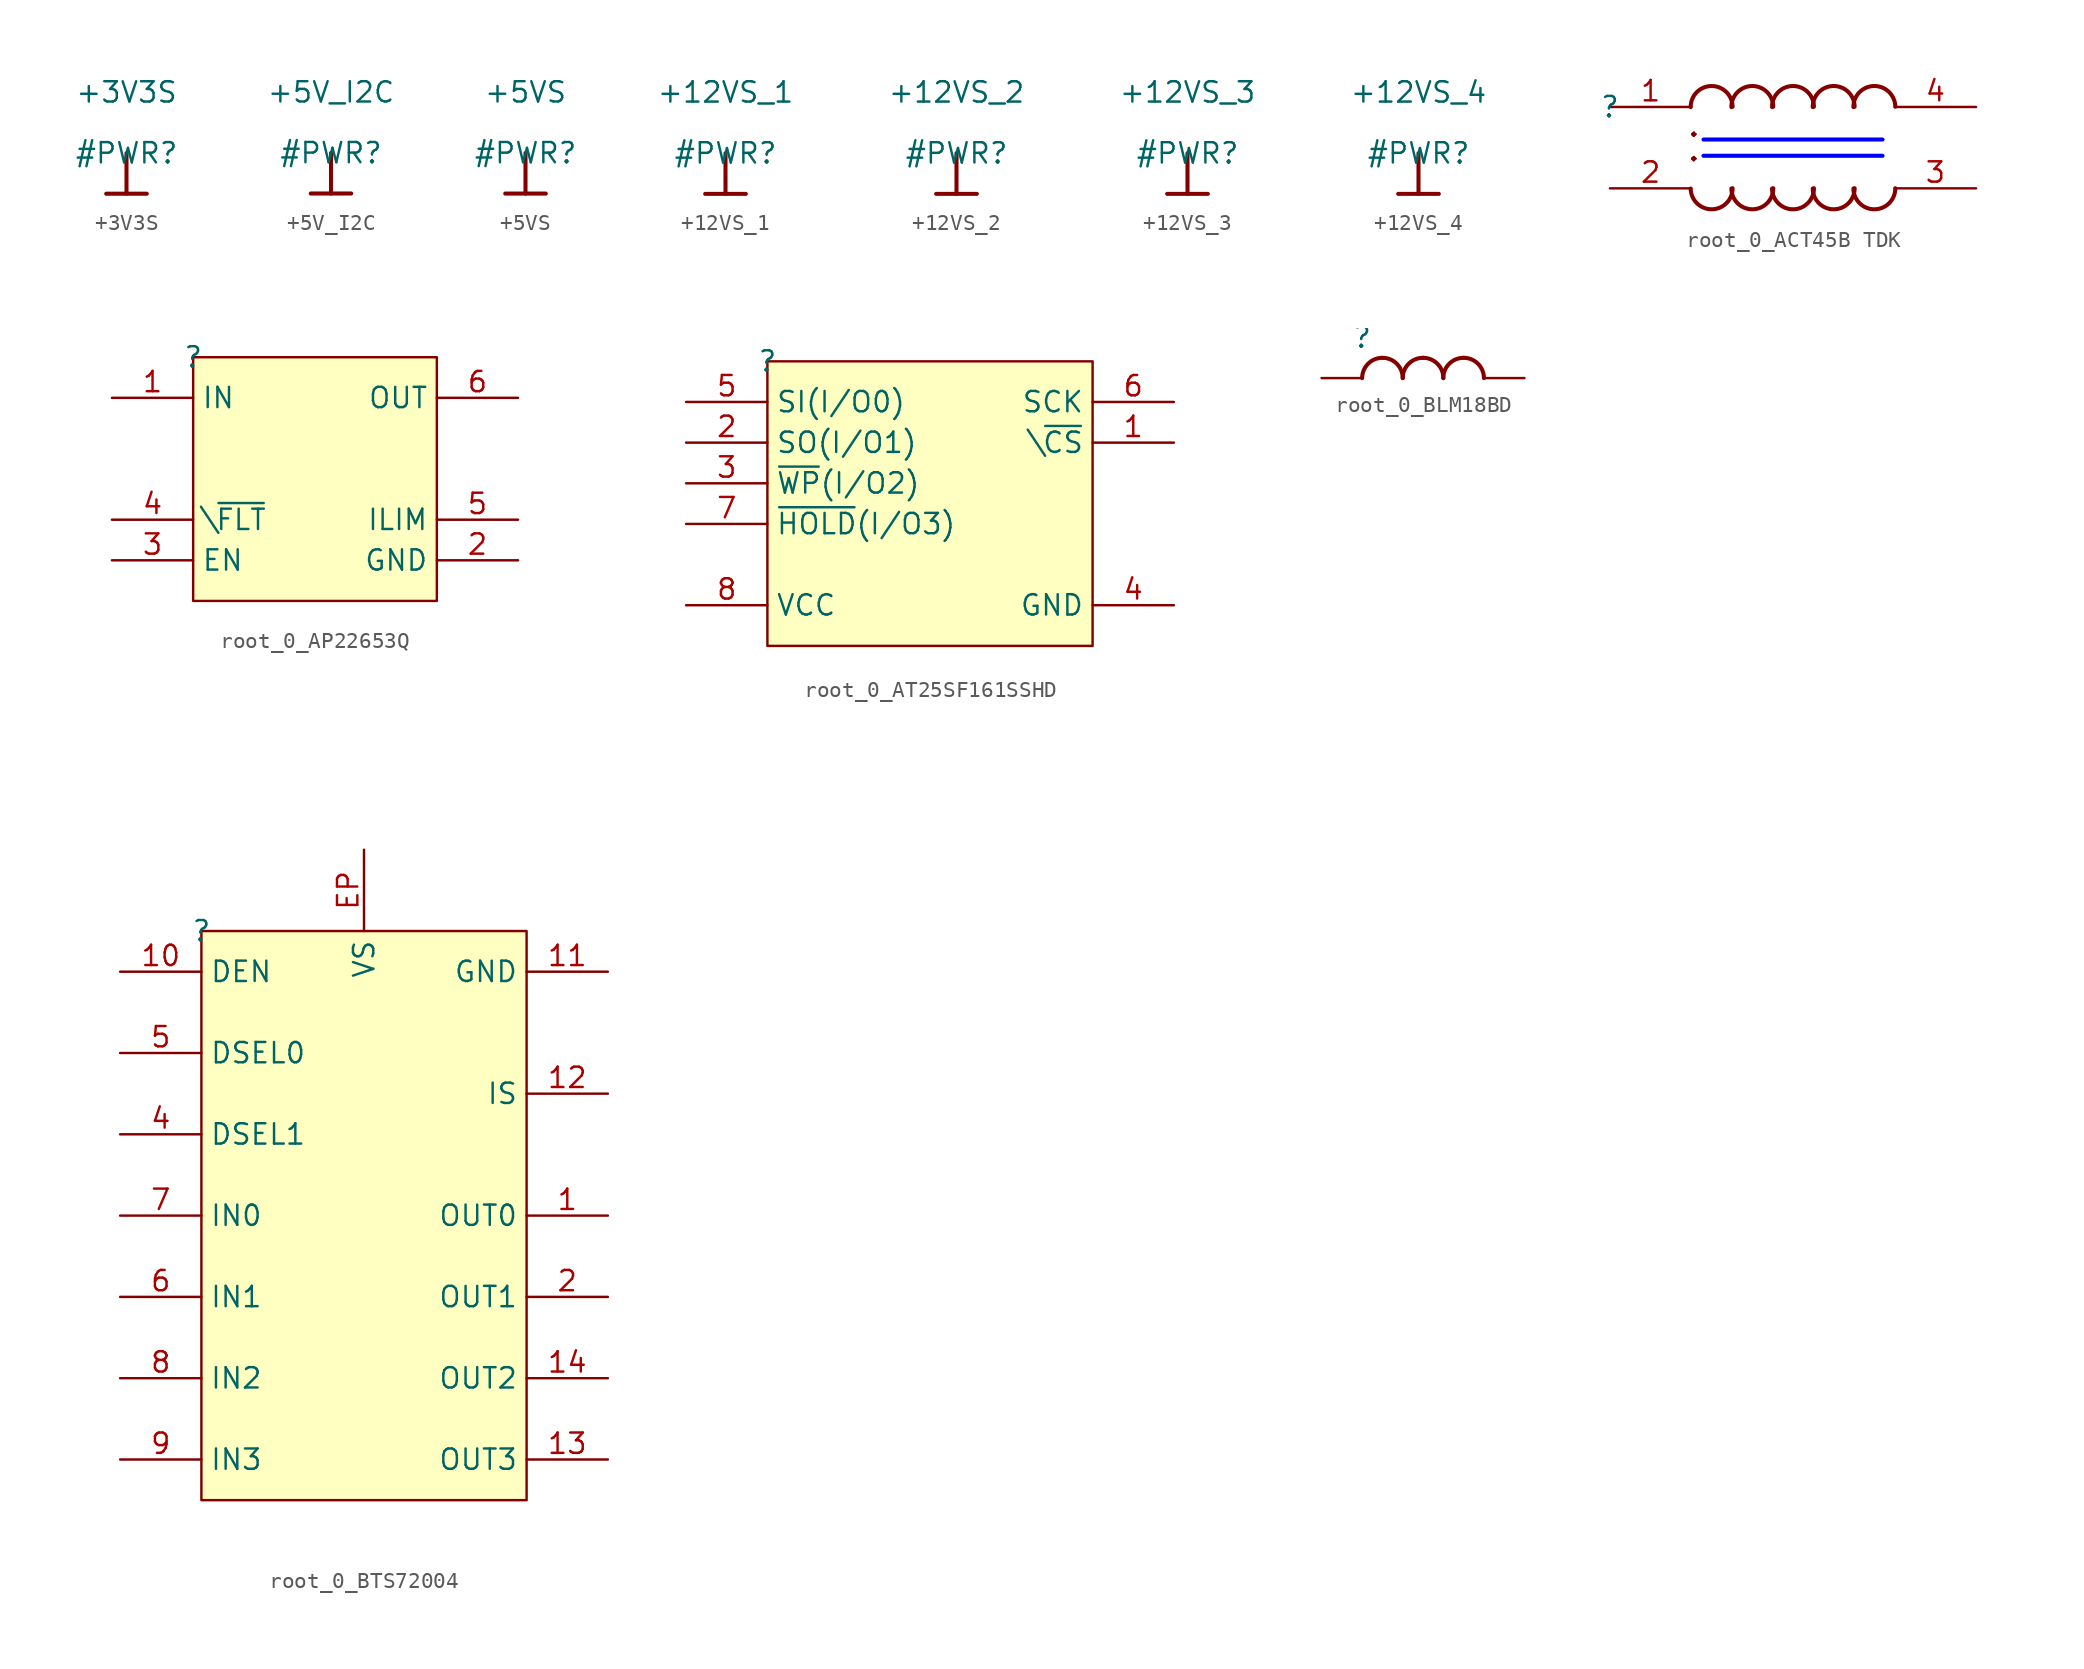
<source format=kicad_sym>
(kicad_symbol_lib
  (version 20220914)
  (generator kicad_symbol_editor)
  (symbol "+3V3S"
    (power)
    (property "Reference" "#PWR"
      (at 0 0 0)
      (effects (font (size 1.27 1.27))))
    (property "Value" "+3V3S"
      (at 0 3.81 0)
      (effects (font (size 1.27 1.27))))
    (symbol "+3V3S_0_0"
      (polyline (pts (xy -1.27 -2.54) (xy 1.27 -2.54)) (stroke (width 0.254) (type solid)) (fill (type none)))
      (polyline (pts (xy 0 0) (xy 0 -2.54)) (stroke (width 0.254) (type solid)) (fill (type none)))
      (pin power_in line (at 0 0 0) (length 0) hide (name "+3V3S" (effects (font (size 1.27 1.27)))) (number "" (effects (font (size 1.27 1.27)))))))
  (symbol "+5V_I2C"
    (power)
    (property "Reference" "#PWR"
      (at 0 0 0)
      (effects (font (size 1.27 1.27))))
    (property "Value" "+5V_I2C"
      (at 0 3.81 0)
      (effects (font (size 1.27 1.27))))
    (symbol "+5V_I2C_0_0"
      (polyline (pts (xy -1.27 -2.54) (xy 1.27 -2.54)) (stroke (width 0.254) (type solid)) (fill (type none)))
      (polyline (pts (xy 0 0) (xy 0 -2.54)) (stroke (width 0.254) (type solid)) (fill (type none)))
      (pin power_in line (at 0 0 0) (length 0) hide (name "+5V_I2C" (effects (font (size 1.27 1.27)))) (number "" (effects (font (size 1.27 1.27)))))))
  (symbol "+5VS"
    (power)
    (property "Reference" "#PWR"
      (at 0 0 0)
      (effects (font (size 1.27 1.27))))
    (property "Value" "+5VS"
      (at 0 3.81 0)
      (effects (font (size 1.27 1.27))))
    (symbol "+5VS_0_0"
      (polyline (pts (xy -1.27 -2.54) (xy 1.27 -2.54)) (stroke (width 0.254) (type solid)) (fill (type none)))
      (polyline (pts (xy 0 0) (xy 0 -2.54)) (stroke (width 0.254) (type solid)) (fill (type none)))
      (pin power_in line (at 0 0 0) (length 0) hide (name "+5VS" (effects (font (size 1.27 1.27)))) (number "" (effects (font (size 1.27 1.27)))))))
  (symbol "+12VS_1"
    (power)
    (property "Reference" "#PWR"
      (at 0 0 0)
      (effects (font (size 1.27 1.27))))
    (property "Value" "+12VS_1"
      (at 0 3.81 0)
      (effects (font (size 1.27 1.27))))
    (symbol "+12VS_1_0_0"
      (polyline (pts (xy -1.27 -2.54) (xy 1.27 -2.54)) (stroke (width 0.254) (type solid)) (fill (type none)))
      (polyline (pts (xy 0 0) (xy 0 -2.54)) (stroke (width 0.254) (type solid)) (fill (type none)))
      (pin power_in line (at 0 0 0) (length 0) hide (name "+12VS_1" (effects (font (size 1.27 1.27)))) (number "" (effects (font (size 1.27 1.27)))))))
  (symbol "+12VS_2"
    (power)
    (property "Reference" "#PWR"
      (at 0 0 0)
      (effects (font (size 1.27 1.27))))
    (property "Value" "+12VS_2"
      (at 0 3.81 0)
      (effects (font (size 1.27 1.27))))
    (symbol "+12VS_2_0_0"
      (polyline (pts (xy -1.27 -2.54) (xy 1.27 -2.54)) (stroke (width 0.254) (type solid)) (fill (type none)))
      (polyline (pts (xy 0 0) (xy 0 -2.54)) (stroke (width 0.254) (type solid)) (fill (type none)))
      (pin power_in line (at 0 0 0) (length 0) hide (name "+12VS_2" (effects (font (size 1.27 1.27)))) (number "" (effects (font (size 1.27 1.27)))))))
  (symbol "+12VS_3"
    (power)
    (property "Reference" "#PWR"
      (at 0 0 0)
      (effects (font (size 1.27 1.27))))
    (property "Value" "+12VS_3"
      (at 0 3.81 0)
      (effects (font (size 1.27 1.27))))
    (symbol "+12VS_3_0_0"
      (polyline (pts (xy -1.27 -2.54) (xy 1.27 -2.54)) (stroke (width 0.254) (type solid)) (fill (type none)))
      (polyline (pts (xy 0 0) (xy 0 -2.54)) (stroke (width 0.254) (type solid)) (fill (type none)))
      (pin power_in line (at 0 0 0) (length 0) hide (name "+12VS_3" (effects (font (size 1.27 1.27)))) (number "" (effects (font (size 1.27 1.27)))))))
  (symbol "+12VS_4"
    (power)
    (property "Reference" "#PWR"
      (at 0 0 0)
      (effects (font (size 1.27 1.27))))
    (property "Value" "+12VS_4"
      (at 0 3.81 0)
      (effects (font (size 1.27 1.27))))
    (symbol "+12VS_4_0_0"
      (polyline (pts (xy -1.27 -2.54) (xy 1.27 -2.54)) (stroke (width 0.254) (type solid)) (fill (type none)))
      (polyline (pts (xy 0 0) (xy 0 -2.54)) (stroke (width 0.254) (type solid)) (fill (type none)))
      (pin power_in line (at 0 0 0) (length 0) hide (name "+12VS_4" (effects (font (size 1.27 1.27)))) (number "" (effects (font (size 1.27 1.27)))))))
  (symbol "root_0_ACT45B TDK"
    (property "Reference" ""
      (at 0 0 0)
      (effects (font (size 1.27 1.27))))
    (property "Value" ""
      (at 0 0 0)
      (effects (font (size 1.27 1.27))))
    (symbol "root_0_ACT45B TDK_1_0"
      (polyline (pts (xy 5.842 -3.048) (xy 17.018 -3.048)) (stroke (width 0.254) (type solid) (color 0 0 255 1)) (fill (type none)))
      (polyline (pts (xy 5.842 -2.032) (xy 17.018 -2.032)) (stroke (width 0.254) (type solid) (color 0 0 255 1)) (fill (type none)))
      (arc (start 5.0421 -5.0955) (mid 6.3606 -6.3879) (end 7.658 -5.0743) (stroke (width 0.254) (type solid)) (fill (type none)))
      (arc (start 7.5821 -5.0955) (mid 8.9006 -6.3879) (end 10.198 -5.0743) (stroke (width 0.254) (type solid)) (fill (type none)))
      (arc (start 7.6579 0.0155) (mid 6.3394 1.3079) (end 5.042 -0.0057) (stroke (width 0.254) (type solid)) (fill (type none)))
      (arc (start 10.1221 -5.0955) (mid 11.4406 -6.3879) (end 12.738 -5.0743) (stroke (width 0.254) (type solid)) (fill (type none)))
      (arc (start 10.1979 0.0155) (mid 8.8794 1.3079) (end 7.582 -0.0057) (stroke (width 0.254) (type solid)) (fill (type none)))
      (arc (start 12.6621 -5.0955) (mid 13.9806 -6.3879) (end 15.278 -5.0743) (stroke (width 0.254) (type solid)) (fill (type none)))
      (arc (start 12.7379 0.0155) (mid 11.4194 1.3079) (end 10.122 -0.0057) (stroke (width 0.254) (type solid)) (fill (type none)))
      (arc (start 15.2021 -5.0955) (mid 16.5206 -6.3879) (end 17.818 -5.0743) (stroke (width 0.254) (type solid)) (fill (type none)))
      (arc (start 15.2779 0.0155) (mid 13.9594 1.3079) (end 12.662 -0.0057) (stroke (width 0.254) (type solid)) (fill (type none)))
      (arc (start 17.8179 0.0155) (mid 16.4994 1.3079) (end 15.202 -0.0057) (stroke (width 0.254) (type solid)) (fill (type none)))
      (text "." (at 5.588 -3.81 900) (effects (font (size 2.032 2.032)) (justify left bottom)))
      (text "." (at 5.588 -2.286 900) (effects (font (size 2.032 2.032)) (justify left bottom)))
      (pin passive line (at 0 0 0) (length 5.08) (name "1" (effects (font (size 0 0)))) (number "1" (effects (font (size 1.27 1.27)))))
      (pin passive line (at 0 -5.08 0) (length 5.08) (name "2" (effects (font (size 0 0)))) (number "2" (effects (font (size 1.27 1.27)))))
      (pin passive line (at 22.86 -5.08 180) (length 5.08) (name "3" (effects (font (size 0 0)))) (number "3" (effects (font (size 1.27 1.27)))))
      (pin passive line (at 22.86 0 180) (length 5.08) (name "4" (effects (font (size 0 0)))) (number "4" (effects (font (size 1.27 1.27)))))))
  (symbol "root_0_AP22653Q"
    (property "Reference" ""
      (at 0 0 0)
      (effects (font (size 1.27 1.27))))
    (property "Value" ""
      (at 0 0 0)
      (effects (font (size 1.27 1.27))))
    (symbol "root_0_AP22653Q_1_0"
      (rectangle (start 15.24 0) (end 0 -15.24) (stroke (width 0) (type solid)) (fill (type background)))
      (pin passive line (at -5.08 -2.54 0) (length 5.08) (name "IN" (effects (font (size 1.27 1.27)))) (number "1" (effects (font (size 1.27 1.27)))))
      (pin power_in line (at 20.32 -12.7 180) (length 5.08) (name "GND" (effects (font (size 1.27 1.27)))) (number "2" (effects (font (size 1.27 1.27)))))
      (pin passive line (at -5.08 -12.7 0) (length 5.08) (name "EN" (effects (font (size 1.27 1.27)))) (number "3" (effects (font (size 1.27 1.27)))))
      (pin passive line (at -5.08 -10.16 0) (length 5.08) (name "\\~{FLT}" (effects (font (size 1.27 1.27)))) (number "4" (effects (font (size 1.27 1.27)))))
      (pin passive line (at 20.32 -10.16 180) (length 5.08) (name "ILIM" (effects (font (size 1.27 1.27)))) (number "5" (effects (font (size 1.27 1.27)))))
      (pin passive line (at 20.32 -2.54 180) (length 5.08) (name "OUT" (effects (font (size 1.27 1.27)))) (number "6" (effects (font (size 1.27 1.27)))))))
  (symbol "root_0_AT25SF161SSHD"
    (property "Reference" ""
      (at 0 0 0)
      (effects (font (size 1.27 1.27))))
    (property "Value" ""
      (at 0 0 0)
      (effects (font (size 1.27 1.27))))
    (symbol "root_0_AT25SF161SSHD_1_0"
      (rectangle (start 20.32 0) (end 0 -17.78) (stroke (width 0) (type solid)) (fill (type background)))
      (pin input line (at 25.4 -5.08 180) (length 5.08) (name "\\~{CS}" (effects (font (size 1.27 1.27)))) (number "1" (effects (font (size 1.27 1.27)))))
      (pin output line (at -5.08 -5.08 0) (length 5.08) (name "SO(I/O1)" (effects (font (size 1.27 1.27)))) (number "2" (effects (font (size 1.27 1.27)))))
      (pin input line (at -5.08 -7.62 0) (length 5.08) (name "~{WP}(I/O2)" (effects (font (size 1.27 1.27)))) (number "3" (effects (font (size 1.27 1.27)))))
      (pin power_in line (at 25.4 -15.24 180) (length 5.08) (name "GND" (effects (font (size 1.27 1.27)))) (number "4" (effects (font (size 1.27 1.27)))))
      (pin input line (at -5.08 -2.54 0) (length 5.08) (name "SI(I/O0)" (effects (font (size 1.27 1.27)))) (number "5" (effects (font (size 1.27 1.27)))))
      (pin input line (at 25.4 -2.54 180) (length 5.08) (name "SCK" (effects (font (size 1.27 1.27)))) (number "6" (effects (font (size 1.27 1.27)))))
      (pin input line (at -5.08 -10.16 0) (length 5.08) (name "~{HOLD}(I/O3)" (effects (font (size 1.27 1.27)))) (number "7" (effects (font (size 1.27 1.27)))))
      (pin power_in line (at -5.08 -15.24 0) (length 5.08) (name "VCC" (effects (font (size 1.27 1.27)))) (number "8" (effects (font (size 1.27 1.27)))))))
  (symbol "root_0_BLM18BD"
    (property "Reference" ""
      (at 0 0 0)
      (effects (font (size 1.27 1.27))))
    (property "Value" ""
      (at 0 0 0)
      (effects (font (size 1.27 1.27))))
    (symbol "root_0_BLM18BD_1_0"
      (arc (start 1.27 -1.27) (mid 0.372 -1.642) (end 0 -2.54) (stroke (width 0.254) (type solid)) (fill (type none)))
      (arc (start 2.54 -2.54) (mid 2.168 -1.642) (end 1.27 -1.27) (stroke (width 0.254) (type solid)) (fill (type none)))
      (arc (start 3.81 -1.27) (mid 2.912 -1.642) (end 2.54 -2.54) (stroke (width 0.254) (type solid)) (fill (type none)))
      (arc (start 5.08 -2.54) (mid 4.708 -1.642) (end 3.81 -1.27) (stroke (width 0.254) (type solid)) (fill (type none)))
      (arc (start 6.35 -1.27) (mid 5.452 -1.642) (end 5.08 -2.54) (stroke (width 0.254) (type solid)) (fill (type none)))
      (arc (start 7.62 -2.54) (mid 7.248 -1.642) (end 6.35 -1.27) (stroke (width 0.254) (type solid)) (fill (type none)))
      (pin passive line (at -2.54 -2.54 0) (length 2.54) (name "1" (effects (font (size 0 0)))) (number "1" (effects (font (size 0 0)))))
      (pin passive line (at 10.16 -2.54 180) (length 2.54) (name "2" (effects (font (size 0 0)))) (number "2" (effects (font (size 0 0)))))))
  (symbol "root_0_BTS72004"
    (property "Reference" ""
      (at 0 0 0)
      (effects (font (size 1.27 1.27))))
    (property "Value" ""
      (at 0 0 0)
      (effects (font (size 1.27 1.27))))
    (symbol "root_0_BTS72004_1_0"
      (rectangle (start 20.32 0) (end 0 -35.56) (stroke (width 0) (type solid)) (fill (type background)))
      (pin passive line (at 25.4 -17.78 180) (length 5.08) (name "OUT0" (effects (font (size 1.27 1.27)))) (number "1" (effects (font (size 1.27 1.27)))))
      (pin passive line (at -5.08 -2.54 0) (length 5.08) (name "DEN" (effects (font (size 1.27 1.27)))) (number "10" (effects (font (size 1.27 1.27)))))
      (pin power_in line (at 25.4 -2.54 180) (length 5.08) (name "GND" (effects (font (size 1.27 1.27)))) (number "11" (effects (font (size 1.27 1.27)))))
      (pin passive line (at 25.4 -10.16 180) (length 5.08) (name "IS" (effects (font (size 1.27 1.27)))) (number "12" (effects (font (size 1.27 1.27)))))
      (pin passive line (at 25.4 -33.02 180) (length 5.08) (name "OUT3" (effects (font (size 1.27 1.27)))) (number "13" (effects (font (size 1.27 1.27)))))
      (pin passive line (at 25.4 -27.94 180) (length 5.08) (name "OUT2" (effects (font (size 1.27 1.27)))) (number "14" (effects (font (size 1.27 1.27)))))
      (pin passive line (at 25.4 -22.86 180) (length 5.08) (name "OUT1" (effects (font (size 1.27 1.27)))) (number "2" (effects (font (size 1.27 1.27)))))
      (pin passive line (at -5.08 -12.7 0) (length 5.08) (name "DSEL1" (effects (font (size 1.27 1.27)))) (number "4" (effects (font (size 1.27 1.27)))))
      (pin passive line (at -5.08 -7.62 0) (length 5.08) (name "DSEL0" (effects (font (size 1.27 1.27)))) (number "5" (effects (font (size 1.27 1.27)))))
      (pin passive line (at -5.08 -22.86 0) (length 5.08) (name "IN1" (effects (font (size 1.27 1.27)))) (number "6" (effects (font (size 1.27 1.27)))))
      (pin passive line (at -5.08 -17.78 0) (length 5.08) (name "IN0" (effects (font (size 1.27 1.27)))) (number "7" (effects (font (size 1.27 1.27)))))
      (pin passive line (at -5.08 -27.94 0) (length 5.08) (name "IN2" (effects (font (size 1.27 1.27)))) (number "8" (effects (font (size 1.27 1.27)))))
      (pin passive line (at -5.08 -33.02 0) (length 5.08) (name "IN3" (effects (font (size 1.27 1.27)))) (number "9" (effects (font (size 1.27 1.27)))))
      (pin power_in line (at 10.16 5.08 270) (length 5.08) (name "VS" (effects (font (size 1.27 1.27)))) (number "EP" (effects (font (size 1.27 1.27))))))))
</source>
